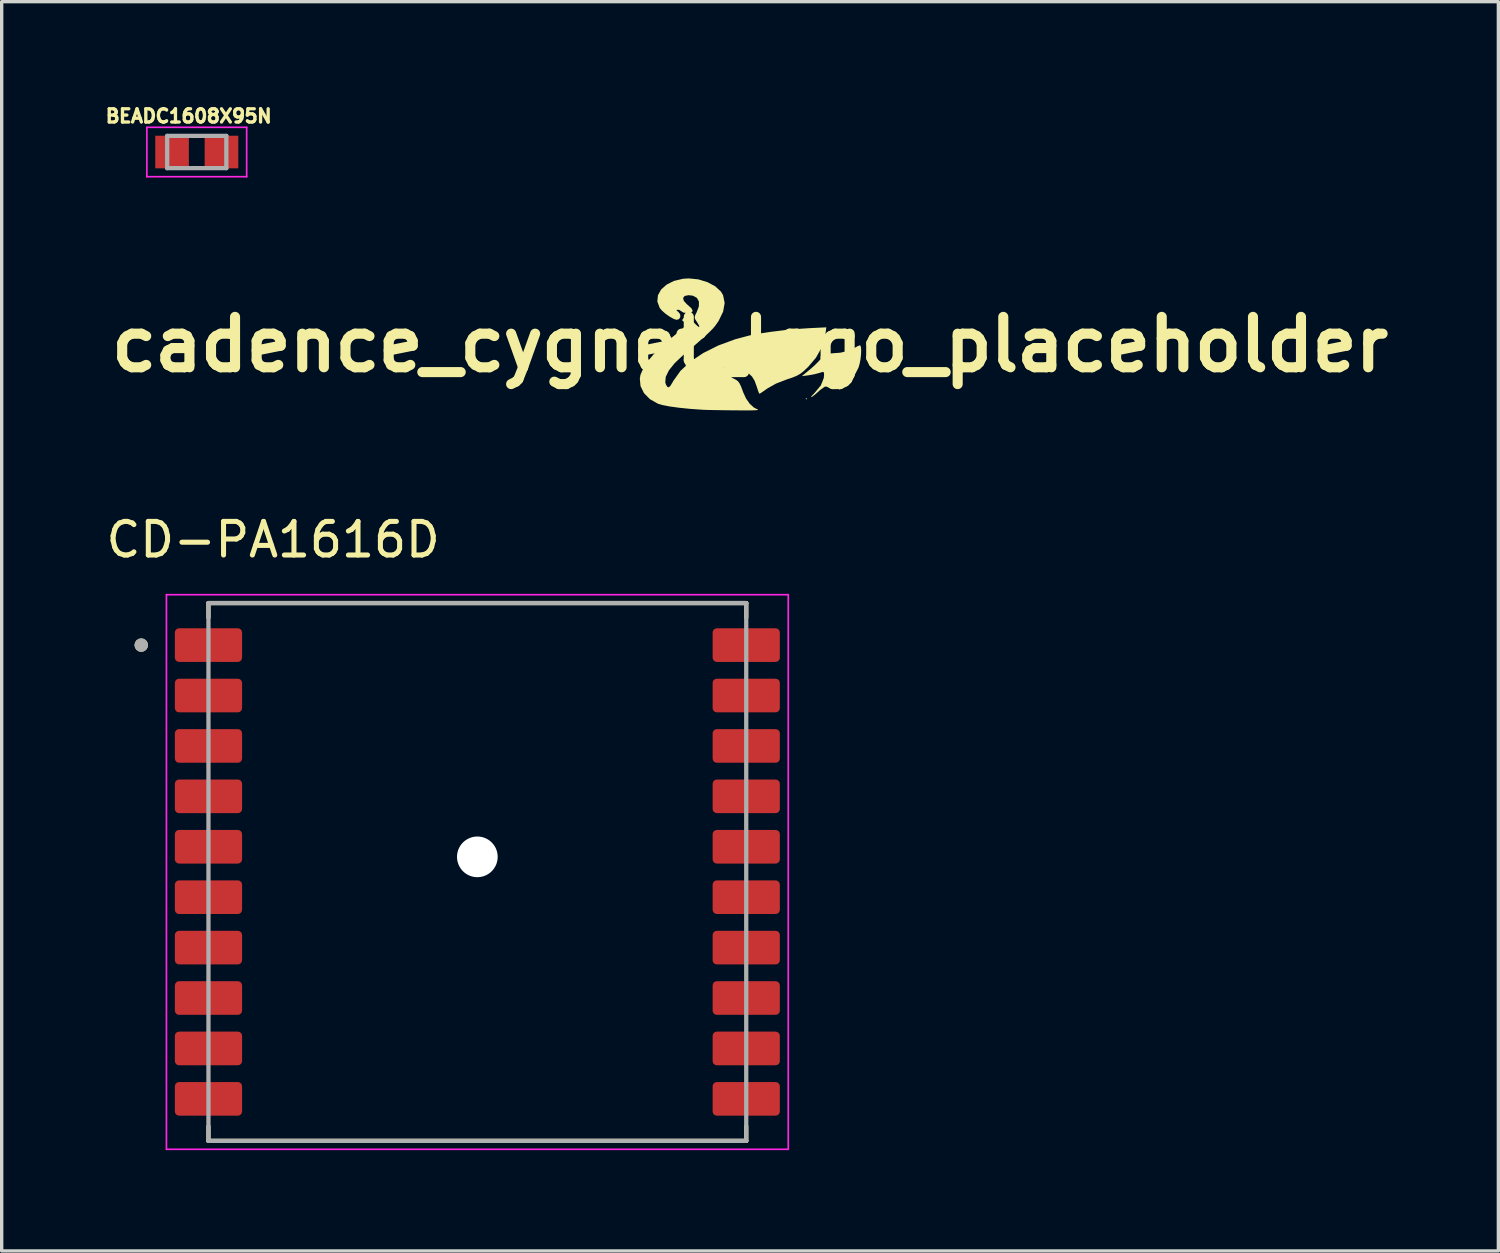
<source format=kicad_pcb>
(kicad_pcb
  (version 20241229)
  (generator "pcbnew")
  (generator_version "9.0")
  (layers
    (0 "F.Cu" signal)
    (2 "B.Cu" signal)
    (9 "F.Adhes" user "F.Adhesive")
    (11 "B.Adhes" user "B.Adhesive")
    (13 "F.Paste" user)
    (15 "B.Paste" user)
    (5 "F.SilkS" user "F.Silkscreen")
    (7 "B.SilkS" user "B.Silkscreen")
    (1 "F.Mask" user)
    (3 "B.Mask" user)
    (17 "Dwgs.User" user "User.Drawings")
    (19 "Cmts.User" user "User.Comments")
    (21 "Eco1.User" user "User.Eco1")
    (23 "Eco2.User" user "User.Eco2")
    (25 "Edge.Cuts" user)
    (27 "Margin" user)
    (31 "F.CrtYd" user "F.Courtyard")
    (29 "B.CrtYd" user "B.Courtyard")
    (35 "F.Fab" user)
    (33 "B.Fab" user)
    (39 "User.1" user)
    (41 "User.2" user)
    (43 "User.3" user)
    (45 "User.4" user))
  (footprint "cadence_cygnet_logo_placeholder"
    (layer "F.Cu")
    (at 19.264 7.199)
    (property "Reference" "cadence_cygnet_logo_placeholder" (at 0 0 0) (layer "F.SilkS") (effects (font (size 1.5 1.5) (thickness 0.3))))
    (attr board_only exclude_from_pos_files exclude_from_bom)
    (fp_poly (pts (xy -0.451 0.85) (xy -0.476 0.867) (xy -0.501 0.85) (xy -0.476 0.833)) (stroke (width 0) (type solid)) (fill yes) (layer "F.SilkS"))
    (fp_poly (pts (xy 1.703 1.617) (xy 1.678 1.633) (xy 1.653 1.617) (xy 1.678 1.6)) (stroke (width 0) (type solid)) (fill yes) (layer "F.SilkS"))
    (fp_poly (pts (xy 3.279 0.026) (xy 3.3 0.075) (xy 3.308 0.172) (xy 3.303 0.299) (xy 3.288 0.439) (xy 3.262 0.574) (xy 3.23 0.682) (xy 3.135 0.871) (xy 3.01 1.05) (xy 2.869 1.199) (xy 2.774 1.271) (xy 2.655 1.345) (xy 2.655 1.235) (xy 2.646 1.164) (xy 2.615 1.149) (xy 2.593 1.159) (xy 2.502 1.189) (xy 2.369 1.215) (xy 2.367 1.216) (xy 2.218 1.261) (xy 2.078 1.36) (xy 2.058 1.38) (xy 1.957 1.471) (xy 1.865 1.543) (xy 1.831 1.565) (xy 1.814 1.564) (xy 1.848 1.518) (xy 1.924 1.438) (xy 1.925 1.437) (xy 2.106 1.219) (xy 2.193 1.01) (xy 2.204 0.907) (xy 2.2 0.834) (xy 2.167 0.816) (xy 2.081 0.841) (xy 2.065 0.846) (xy 1.918 0.885) (xy 1.747 0.916) (xy 1.733 0.918) (xy 1.541 0.942) (xy 1.776 0.75) (xy 1.912 0.631) (xy 2.037 0.507) (xy 2.118 0.412) (xy 2.191 0.323) (xy 2.26 0.28) (xy 2.356 0.267) (xy 2.402 0.266) (xy 2.69 0.244) (xy 2.944 0.182) (xy 3.112 0.101) (xy 3.207 0.047) (xy 3.27 0.025)) (stroke (width 0) (type solid)) (fill yes) (layer "F.SilkS"))
    (fp_poly (pts (xy -1.535 -1.937) (xy -1.265 -1.854) (xy -1.034 -1.73) (xy -0.865 -1.574) (xy -0.801 -1.467) (xy -0.754 -1.233) (xy -0.8 -0.976) (xy -0.936 -0.697) (xy -1.042 -0.546) (xy -1.116 -0.461) (xy -1.234 -0.344) (xy -1.401 -0.191) (xy -1.62 0.002) (xy -1.898 0.241) (xy -2.002 0.329) (xy -2.244 0.559) (xy -2.414 0.772) (xy -2.507 0.964) (xy -2.521 1.129) (xy -2.497 1.201) (xy -2.457 1.262) (xy -2.418 1.275) (xy -2.373 1.236) (xy -2.312 1.139) (xy -2.281 1.083) (xy -2.069 0.786) (xy -1.769 0.507) (xy -1.391 0.254) (xy -0.946 0.031) (xy -0.444 -0.154) (xy -0.018 -0.268) (xy 0.265 -0.323) (xy 0.618 -0.376) (xy 1.008 -0.424) (xy 1.405 -0.462) (xy 1.774 -0.486) (xy 2.27 -0.51) (xy 2.241 -0.28) (xy 2.149 0.062) (xy 1.962 0.394) (xy 1.73 0.667) (xy 1.599 0.791) (xy 1.491 0.876) (xy 1.375 0.939) (xy 1.222 0.998) (xy 1.102 1.037) (xy 0.775 1.163) (xy 0.523 1.305) (xy 0.512 1.312) (xy 0.399 1.392) (xy 0.315 1.448) (xy 0.281 1.467) (xy 0.263 1.437) (xy 0.234 1.359) (xy 0.202 1.259) (xy 0.138 1.082) (xy 0.059 0.953) (xy -0.05 0.852) (xy -0.152 0.787) (xy -0.293 0.728) (xy -0.428 0.702) (xy -0.529 0.713) (xy -0.565 0.742) (xy -0.604 0.759) (xy -0.685 0.725) (xy -0.694 0.72) (xy -0.766 0.679) (xy -0.794 0.676) (xy -0.78 0.719) (xy -0.735 0.807) (xy -0.633 0.925) (xy -0.502 1.007) (xy -0.418 1.049) (xy -0.358 1.093) (xy -0.312 1.156) (xy -0.266 1.252) (xy -0.212 1.396) (xy -0.205 1.417) (xy -0.118 1.607) (xy -0.008 1.764) (xy 0.115 1.876) (xy 0.193 1.916) (xy 0.236 1.934) (xy 0.238 1.947) (xy 0.188 1.955) (xy 0.074 1.96) (xy -0.116 1.961) (xy -0.393 1.96) (xy -0.426 1.96) (xy -0.711 1.957) (xy -0.98 1.953) (xy -1.207 1.949) (xy -1.367 1.944) (xy -1.403 1.942) (xy -1.767 1.917) (xy -2.102 1.883) (xy -2.39 1.844) (xy -2.612 1.801) (xy -2.736 1.764) (xy -2.978 1.627) (xy -3.154 1.448) (xy -3.257 1.239) (xy -3.278 1.013) (xy -3.258 0.9) (xy -3.173 0.705) (xy -3.027 0.482) (xy -2.832 0.249) (xy -2.601 0.022) (xy -2.477 -0.083) (xy -2.319 -0.212) (xy -2.167 -0.338) (xy -2.044 -0.442) (xy -1.998 -0.482) (xy -1.912 -0.562) (xy -1.881 -0.607) (xy -1.9 -0.638) (xy -1.949 -0.665) (xy -2.016 -0.71) (xy -2.005 -0.753) (xy -1.974 -0.783) (xy -1.918 -0.826) (xy -1.874 -0.824) (xy -1.805 -0.772) (xy -1.798 -0.767) (xy -1.696 -0.677) (xy -1.6 -0.583) (xy -1.534 -0.526) (xy -1.507 -0.524) (xy -1.518 -0.569) (xy -1.569 -0.656) (xy -1.588 -0.683) (xy -1.636 -0.759) (xy -1.647 -0.82) (xy -1.62 -0.897) (xy -1.587 -0.959) (xy -1.521 -1.134) (xy -1.52 -1.279) (xy -1.581 -1.387) (xy -1.702 -1.452) (xy -1.828 -1.467) (xy -1.944 -1.444) (xy -1.991 -1.383) (xy -1.969 -1.297) (xy -1.876 -1.195) (xy -1.859 -1.182) (xy -1.74 -1.074) (xy -1.704 -0.994) (xy -1.75 -0.947) (xy -1.855 -0.933) (xy -1.978 -0.949) (xy -2.036 -0.983) (xy -2.103 -1.028) (xy -2.142 -1.033) (xy -2.189 -1.026) (xy -2.166 -0.995) (xy -2.131 -0.968) (xy -2.078 -0.898) (xy -2.073 -0.819) (xy -2.111 -0.756) (xy -2.179 -0.733) (xy -2.266 -0.759) (xy -2.384 -0.824) (xy -2.51 -0.912) (xy -2.62 -1.008) (xy -2.686 -1.087) (xy -2.757 -1.278) (xy -2.739 -1.464) (xy -2.644 -1.636) (xy -2.48 -1.782) (xy -2.26 -1.892) (xy -1.993 -1.955) (xy -1.82 -1.966)) (stroke (width 0) (type solid)) (fill yes) (layer "F.SilkS")))
  (footprint "CD-PA1616D"
    (layer "F.Cu")
    (at 11.152 22.893)
    (property "Reference" "CD-PA1616D" (at -6.075 -9.885 0) (layer "F.SilkS") (effects (font (size 1 1) (thickness 0.15))))
    (attr smd)
    (fp_line (start -8 -8) (end 8 -8) (stroke (width 0.127) (type solid)) (layer "F.SilkS"))
    (fp_line (start -8 -7.57) (end -8 -8) (stroke (width 0.127) (type solid)) (layer "F.SilkS"))
    (fp_line (start -8 8) (end -8 7.57) (stroke (width 0.127) (type solid)) (layer "F.SilkS"))
    (fp_line (start 8 -8) (end 8 -7.57) (stroke (width 0.127) (type solid)) (layer "F.SilkS"))
    (fp_line (start 8 8) (end -8 8) (stroke (width 0.127) (type solid)) (layer "F.SilkS"))
    (fp_line (start 8 8) (end 8 7.57) (stroke (width 0.127) (type solid)) (layer "F.SilkS"))
    (fp_circle (center -10 -6.75) (end -9.9 -6.75) (stroke (width 0.2) (type solid)) (fill no) (layer "F.SilkS"))
    (fp_line (start -9.25 -8.25) (end -9.25 8.25) (stroke (width 0.05) (type solid)) (layer "F.CrtYd"))
    (fp_line (start -9.25 8.25) (end 9.25 8.25) (stroke (width 0.05) (type solid)) (layer "F.CrtYd"))
    (fp_line (start 9.25 -8.25) (end -9.25 -8.25) (stroke (width 0.05) (type solid)) (layer "F.CrtYd"))
    (fp_line (start 9.25 8.25) (end 9.25 -8.25) (stroke (width 0.05) (type solid)) (layer "F.CrtYd"))
    (fp_line (start -8 -8) (end 8 -8) (stroke (width 0.127) (type solid)) (layer "F.Fab"))
    (fp_line (start -8 8) (end -8 -8) (stroke (width 0.127) (type solid)) (layer "F.Fab"))
    (fp_line (start 8 -8) (end 8 8) (stroke (width 0.127) (type solid)) (layer "F.Fab"))
    (fp_line (start 8 8) (end -8 8) (stroke (width 0.127) (type solid)) (layer "F.Fab"))
    (fp_circle (center -10 -6.75) (end -9.9 -6.75) (stroke (width 0.2) (type solid)) (fill no) (layer "F.Fab"))
    (pad "" np_thru_hole circle (at 0 -0.45) (size 1.21 1.21) (drill 1.21) (layers "*.Cu" "*.Mask"))
    (pad "1" smd roundrect (at -8 -6.75) (size 2 1) (layers "F.Cu" "F.Mask" "F.Paste") (roundrect_rratio 0.125))
    (pad "2" smd roundrect (at -8 -5.25) (size 2 1) (layers "F.Cu" "F.Mask" "F.Paste") (roundrect_rratio 0.125))
    (pad "3" smd roundrect (at -8 -3.75) (size 2 1) (layers "F.Cu" "F.Mask" "F.Paste") (roundrect_rratio 0.125))
    (pad "4" smd roundrect (at -8 -2.25) (size 2 1) (layers "F.Cu" "F.Mask" "F.Paste") (roundrect_rratio 0.125))
    (pad "5" smd roundrect (at -8 -0.75) (size 2 1) (layers "F.Cu" "F.Mask" "F.Paste") (roundrect_rratio 0.125))
    (pad "6" smd roundrect (at -8 0.75) (size 2 1) (layers "F.Cu" "F.Mask" "F.Paste") (roundrect_rratio 0.125))
    (pad "7" smd roundrect (at -8 2.25) (size 2 1) (layers "F.Cu" "F.Mask" "F.Paste") (roundrect_rratio 0.125))
    (pad "8" smd roundrect (at -8 3.75) (size 2 1) (layers "F.Cu" "F.Mask" "F.Paste") (roundrect_rratio 0.125))
    (pad "9" smd roundrect (at -8 5.25) (size 2 1) (layers "F.Cu" "F.Mask" "F.Paste") (roundrect_rratio 0.125))
    (pad "10" smd roundrect (at -8 6.75) (size 2 1) (layers "F.Cu" "F.Mask" "F.Paste") (roundrect_rratio 0.125))
    (pad "11" smd roundrect (at 8 6.75) (size 2 1) (layers "F.Cu" "F.Mask" "F.Paste") (roundrect_rratio 0.125))
    (pad "12" smd roundrect (at 8 5.25) (size 2 1) (layers "F.Cu" "F.Mask" "F.Paste") (roundrect_rratio 0.125))
    (pad "13" smd roundrect (at 8 3.75) (size 2 1) (layers "F.Cu" "F.Mask" "F.Paste") (roundrect_rratio 0.125))
    (pad "14" smd roundrect (at 8 2.25) (size 2 1) (layers "F.Cu" "F.Mask" "F.Paste") (roundrect_rratio 0.125))
    (pad "15" smd roundrect (at 8 0.75) (size 2 1) (layers "F.Cu" "F.Mask" "F.Paste") (roundrect_rratio 0.125))
    (pad "16" smd roundrect (at 8 -0.75) (size 2 1) (layers "F.Cu" "F.Mask" "F.Paste") (roundrect_rratio 0.125))
    (pad "17" smd roundrect (at 8 -2.25) (size 2 1) (layers "F.Cu" "F.Mask" "F.Paste") (roundrect_rratio 0.125))
    (pad "18" smd roundrect (at 8 -3.75) (size 2 1) (layers "F.Cu" "F.Mask" "F.Paste") (roundrect_rratio 0.125))
    (pad "19" smd roundrect (at 8 -5.25) (size 2 1) (layers "F.Cu" "F.Mask" "F.Paste") (roundrect_rratio 0.125))
    (pad "20" smd roundrect (at 8 -6.75) (size 2 1) (layers "F.Cu" "F.Mask" "F.Paste") (roundrect_rratio 0.125)))
  (footprint "BEADC1608X95N"
    (layer "F.Cu")
    (at 2.804 1.473)
    (property "Reference" "BEADC1608X95N" (at -0.24 -1.07 0) (layer "F.SilkS") (effects (font (size 0.394 0.394) (thickness 0.15))))
    (attr smd)
    (fp_line (start -1.485 -0.735) (end 1.485 -0.735) (stroke (width 0.05) (type solid)) (layer "F.CrtYd"))
    (fp_line (start -1.485 0.735) (end -1.485 -0.735) (stroke (width 0.05) (type solid)) (layer "F.CrtYd"))
    (fp_line (start -1.485 0.735) (end 1.485 0.735) (stroke (width 0.05) (type solid)) (layer "F.CrtYd"))
    (fp_line (start 1.485 0.735) (end 1.485 -0.735) (stroke (width 0.05) (type solid)) (layer "F.CrtYd"))
    (fp_line (start -0.88 0.48) (end -0.88 -0.48) (stroke (width 0.127) (type solid)) (layer "F.Fab"))
    (fp_line (start 0.88 -0.48) (end -0.88 -0.48) (stroke (width 0.127) (type solid)) (layer "F.Fab"))
    (fp_line (start 0.88 0.48) (end -0.88 0.48) (stroke (width 0.127) (type solid)) (layer "F.Fab"))
    (fp_line (start 0.88 0.48) (end 0.88 -0.48) (stroke (width 0.127) (type solid)) (layer "F.Fab"))
    (pad "1" smd rect (at -0.735 0) (size 1 0.97) (layers "F.Cu" "F.Mask" "F.Paste"))
    (pad "2" smd rect (at 0.735 0) (size 1 0.97) (layers "F.Cu" "F.Mask" "F.Paste")))
  (gr_rect
    (start -3 -3)
    (end 41.529 34.168)
    (stroke (width 0.1) (type default))
    (fill no)
    (layer "Edge.Cuts")))
</source>
